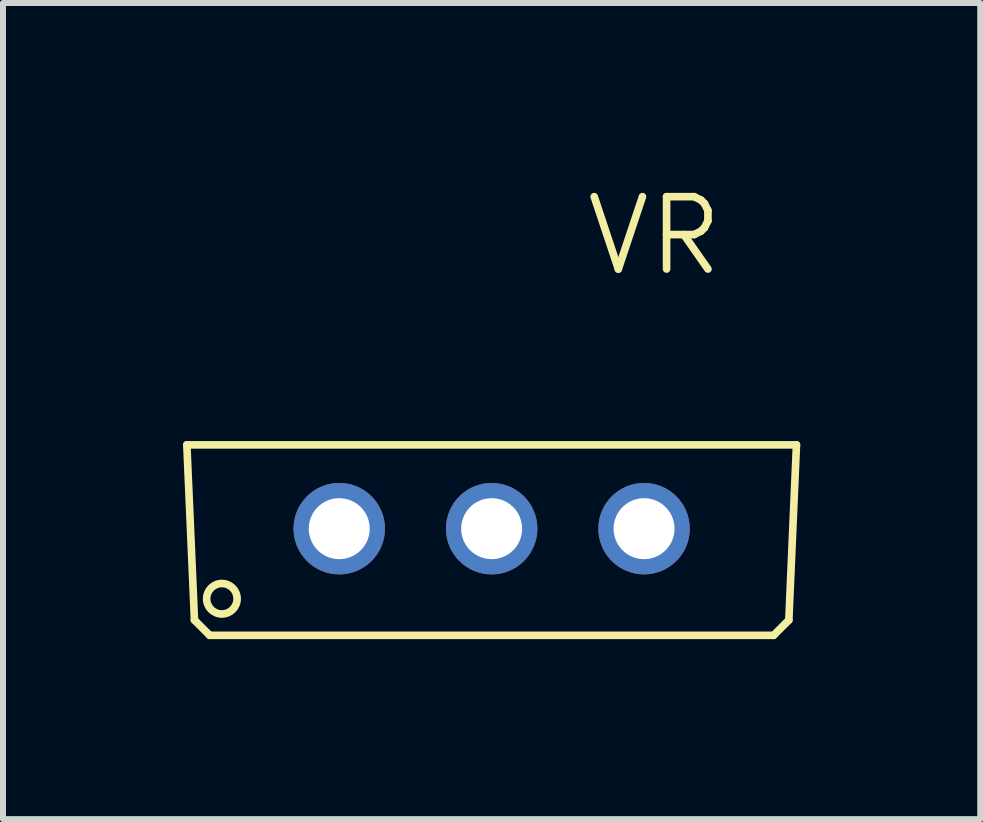
<source format=kicad_pcb>
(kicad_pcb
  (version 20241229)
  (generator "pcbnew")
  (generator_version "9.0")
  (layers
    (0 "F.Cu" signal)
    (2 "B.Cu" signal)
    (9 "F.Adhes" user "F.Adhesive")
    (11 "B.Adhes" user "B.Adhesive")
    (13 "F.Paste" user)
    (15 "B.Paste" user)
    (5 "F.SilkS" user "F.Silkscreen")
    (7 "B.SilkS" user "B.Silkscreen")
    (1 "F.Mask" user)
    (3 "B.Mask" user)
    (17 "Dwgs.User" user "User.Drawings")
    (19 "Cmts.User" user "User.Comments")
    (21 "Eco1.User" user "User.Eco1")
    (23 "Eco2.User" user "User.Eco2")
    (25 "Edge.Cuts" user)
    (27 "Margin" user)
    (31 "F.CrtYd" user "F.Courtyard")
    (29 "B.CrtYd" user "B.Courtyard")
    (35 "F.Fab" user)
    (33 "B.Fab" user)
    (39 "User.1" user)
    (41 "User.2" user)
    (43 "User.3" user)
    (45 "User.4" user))
  (footprint "VR"
    (layer "F.Cu")
    (at 5.144 3.221)
    (property "Reference" "VR" (at 1.511 -1.633 0) (layer "F.SilkS") (effects (font (size 1.206 1.206) (thickness 0.127)) (justify left bottom)))
    (attr through_hole)
    (fp_line (start -5.08 1.143) (end 5.08 1.143) (stroke (width 0.127) (type solid)) (layer "F.SilkS"))
    (fp_line (start -4.953 4.064) (end -5.08 1.143) (stroke (width 0.127) (type solid)) (layer "F.SilkS"))
    (fp_line (start -4.953 4.064) (end -4.699 4.318) (stroke (width 0.127) (type solid)) (layer "F.SilkS"))
    (fp_line (start 4.699 4.318) (end -4.699 4.318) (stroke (width 0.127) (type solid)) (layer "F.SilkS"))
    (fp_line (start 4.699 4.318) (end 4.953 4.064) (stroke (width 0.127) (type solid)) (layer "F.SilkS"))
    (fp_line (start 5.08 1.143) (end 4.953 4.064) (stroke (width 0.127) (type solid)) (layer "F.SilkS"))
    (fp_circle (center -4.496 3.708) (end -4.242 3.708) (stroke (width 0.127) (type solid)) (fill no) (layer "F.SilkS"))
    (pad "1" thru_hole circle (at -2.54 2.54 90) (size 1.524 1.524) (drill 1.016) (layers "*.Cu" "*.Mask"))
    (pad "2" thru_hole circle (at 0 2.54 90) (size 1.524 1.524) (drill 1.016) (layers "*.Cu" "*.Mask"))
    (pad "3" thru_hole circle (at 2.54 2.54 90) (size 1.524 1.524) (drill 1.016) (layers "*.Cu" "*.Mask")))
  (gr_rect
    (start -3 -3)
    (end 13.287 10.602)
    (stroke (width 0.1) (type default))
    (fill no)
    (layer "Edge.Cuts")))
</source>
